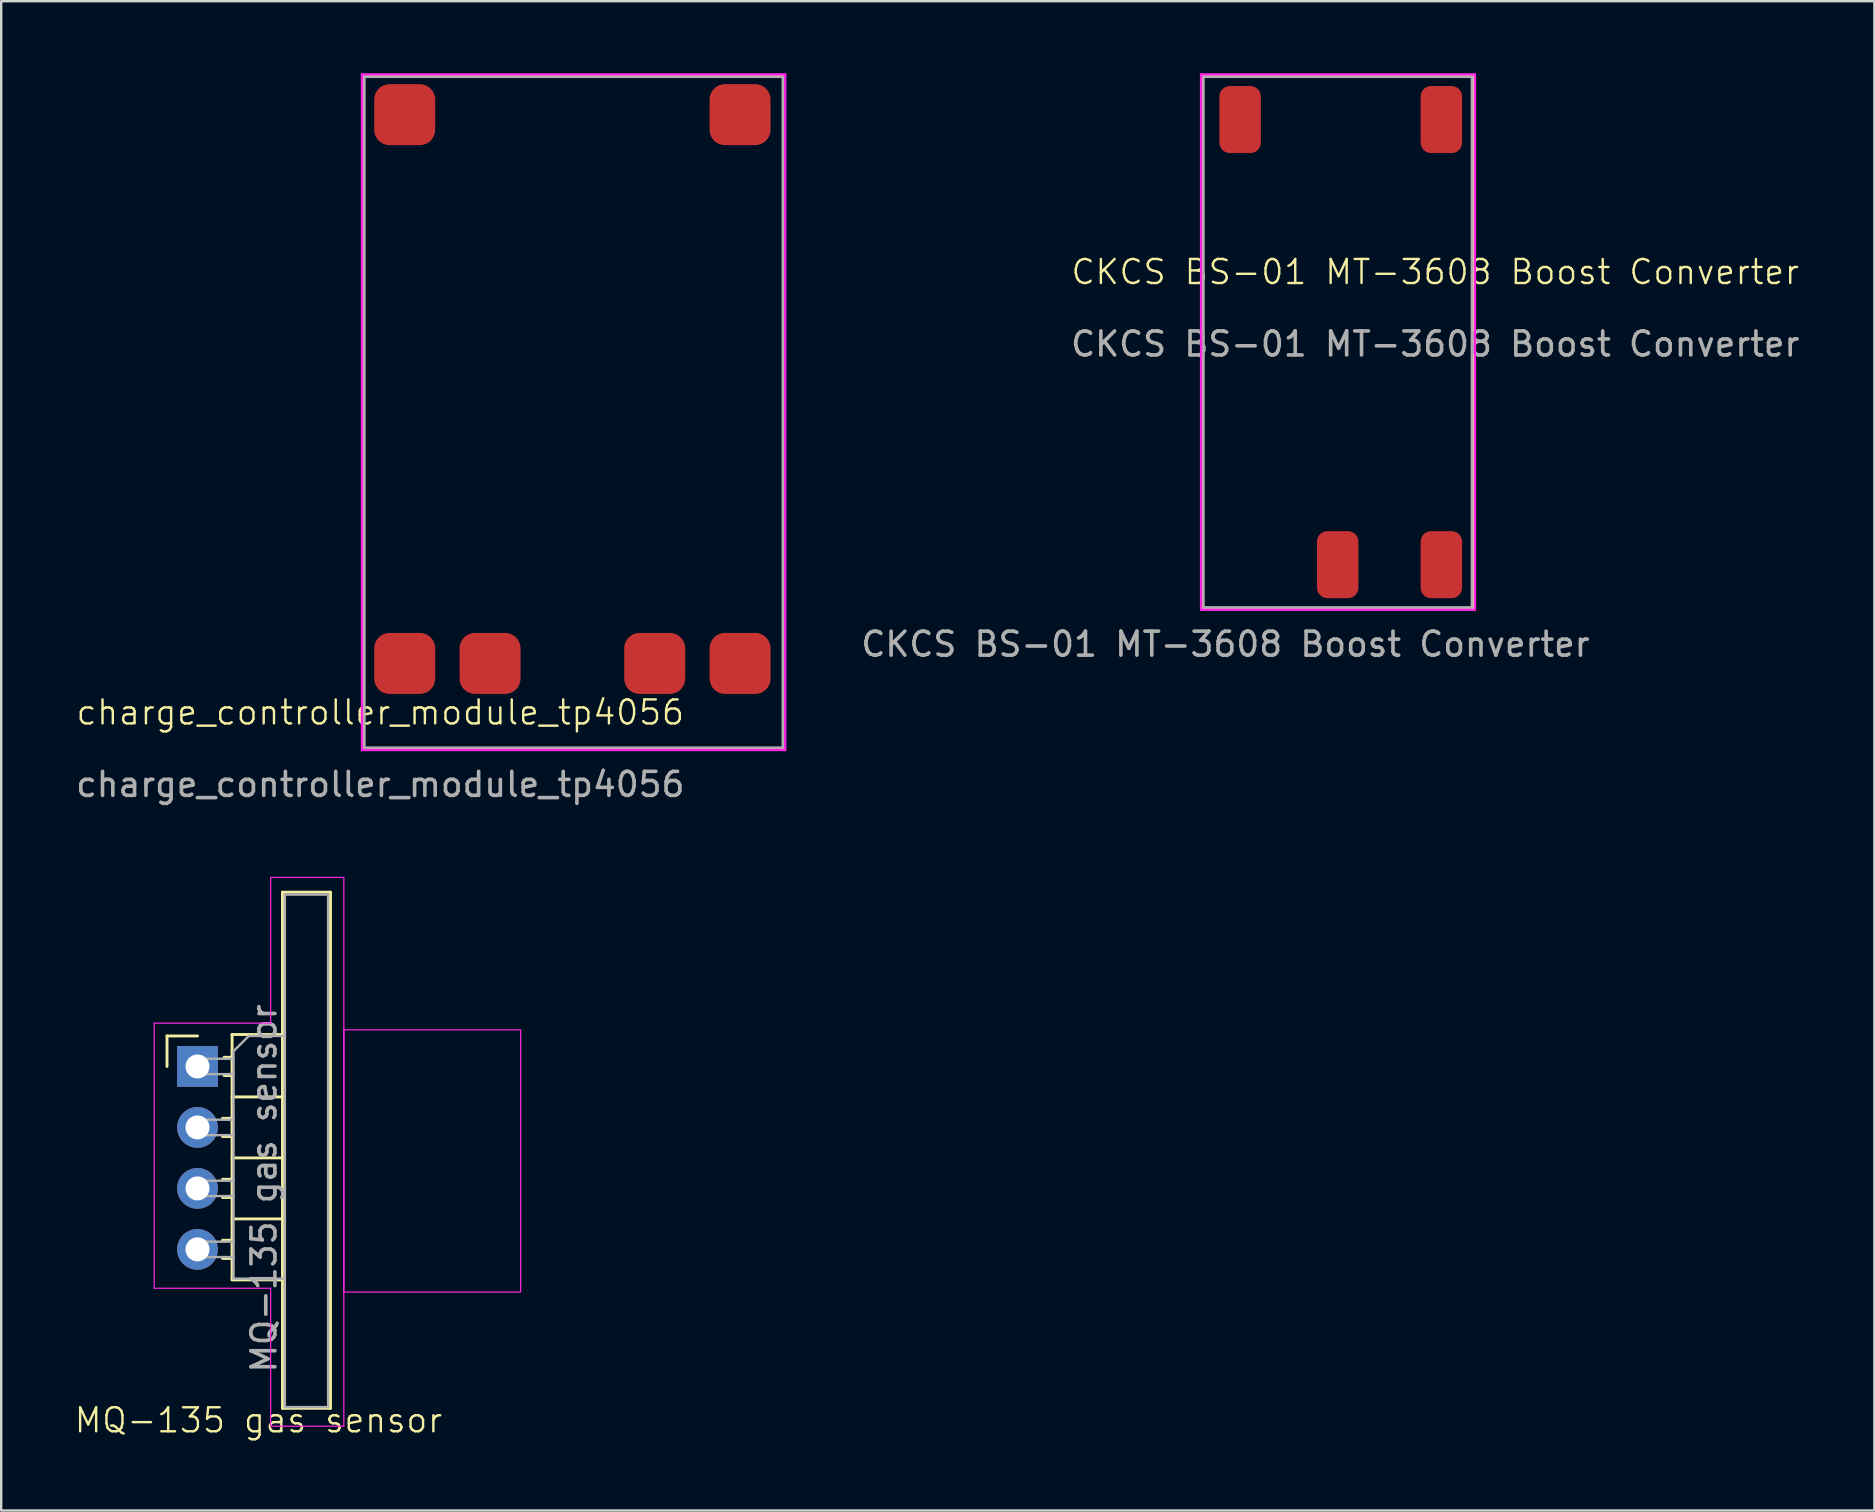
<source format=kicad_pcb>
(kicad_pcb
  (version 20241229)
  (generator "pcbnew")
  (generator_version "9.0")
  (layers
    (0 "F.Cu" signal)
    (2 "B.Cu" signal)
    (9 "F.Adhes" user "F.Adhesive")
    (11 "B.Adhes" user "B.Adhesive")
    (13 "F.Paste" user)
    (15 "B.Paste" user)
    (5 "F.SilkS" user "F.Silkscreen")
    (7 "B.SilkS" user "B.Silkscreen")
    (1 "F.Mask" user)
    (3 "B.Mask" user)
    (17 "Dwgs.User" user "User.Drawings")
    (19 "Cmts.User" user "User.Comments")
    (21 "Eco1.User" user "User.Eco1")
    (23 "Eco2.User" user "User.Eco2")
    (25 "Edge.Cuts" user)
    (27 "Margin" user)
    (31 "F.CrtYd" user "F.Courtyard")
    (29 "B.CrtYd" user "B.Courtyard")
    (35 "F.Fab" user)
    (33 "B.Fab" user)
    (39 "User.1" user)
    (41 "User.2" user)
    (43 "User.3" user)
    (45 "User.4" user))
  (footprint "charge_controller_module_tp4056"
    (layer "F.Cu")
    (at 12.792 27.126)
    (property "Reference" "charge_controller_module_tp4056" (at 0 -0.5 0) (unlocked yes) (layer "F.SilkS") (effects (font (size 1 1) (thickness 0.1))))
    (attr smd)
    (fp_line (start -0.711 -27.026) (end 16.815 -27.026) (stroke (width 0.1) (type default)) (layer "F.SilkS"))
    (fp_line (start -0.711 1.016) (end -0.711 -27.026) (stroke (width 0.1) (type default)) (layer "F.SilkS"))
    (fp_line (start 16.814 -27.026) (end 16.814 0) (stroke (width 0.1) (type default)) (layer "F.SilkS"))
    (fp_line (start 16.815 1.016) (end -0.711 1.016) (stroke (width 0.1) (type default)) (layer "F.SilkS"))
    (fp_line (start 16.815 1.016) (end 16.815 0) (stroke (width 0.1) (type default)) (layer "F.SilkS"))
    (fp_line (start -0.762 -27.076) (end 16.866 -27.076) (stroke (width 0.1) (type default)) (layer "F.CrtYd"))
    (fp_line (start -0.762 1.067) (end -0.762 -27.076) (stroke (width 0.1) (type default)) (layer "F.CrtYd"))
    (fp_line (start 16.866 -27.076) (end 16.866 1.067) (stroke (width 0.1) (type default)) (layer "F.CrtYd"))
    (fp_line (start 16.866 1.067) (end -0.762 1.067) (stroke (width 0.1) (type default)) (layer "F.CrtYd"))
    (fp_line (start -0.66 -26.975) (end -0.66 0.965) (stroke (width 0.1) (type default)) (layer "F.Fab"))
    (fp_line (start -0.66 0.965) (end 16.764 0.965) (stroke (width 0.1) (type default)) (layer "F.Fab"))
    (fp_line (start 16.764 -26.975) (end -0.66 -26.975) (stroke (width 0.1) (type default)) (layer "F.Fab"))
    (fp_line (start 16.764 0.965) (end 16.764 -26.975) (stroke (width 0.1) (type default)) (layer "F.Fab"))
    (fp_text user "${REFERENCE}" (at 0 2.5 0) (unlocked yes) (layer "F.Fab") (effects (font (size 1 1) (thickness 0.15))))
    (pad "1" smd roundrect (at 14.986 -25.4) (size 2.54 2.54) (layers "F.Cu" "F.Mask" "F.Paste") (roundrect_rratio 0.25))
    (pad "2" smd roundrect (at 1.016 -25.4) (size 2.54 2.54) (layers "F.Cu" "F.Mask" "F.Paste") (roundrect_rratio 0.25))
    (pad "3" smd roundrect (at 14.986 -2.54) (size 2.54 2.54) (layers "F.Cu" "F.Mask" "F.Paste") (roundrect_rratio 0.25))
    (pad "4" smd roundrect (at 11.43 -2.54) (size 2.54 2.54) (layers "F.Cu" "F.Mask" "F.Paste") (roundrect_rratio 0.25))
    (pad "5" smd roundrect (at 4.572 -2.54) (size 2.54 2.54) (layers "F.Cu" "F.Mask" "F.Paste") (roundrect_rratio 0.25))
    (pad "6" smd roundrect (at 1.016 -2.54) (size 2.54 2.54) (layers "F.Cu" "F.Mask" "F.Paste") (roundrect_rratio 0.25)))
  (footprint "MQ-135 gas sensor"
    (layer "F.Cu")
    (at 7.717 56.614)
    (property "Reference" "MQ-135 gas sensor" (at 0 -0.5 0) (unlocked yes) (layer "F.SilkS") (effects (font (size 1 1) (thickness 0.1))))
    (attr through_hole)
    (fp_line (start -3.81 -16.51) (end -2.54 -16.51) (stroke (width 0.12) (type solid)) (layer "F.SilkS"))
    (fp_line (start -3.81 -15.24) (end -3.81 -16.51) (stroke (width 0.12) (type solid)) (layer "F.SilkS"))
    (fp_line (start -1.497 -13.08) (end -1.1 -13.08) (stroke (width 0.12) (type solid)) (layer "F.SilkS"))
    (fp_line (start -1.497 -12.32) (end -1.1 -12.32) (stroke (width 0.12) (type solid)) (layer "F.SilkS"))
    (fp_line (start -1.497 -10.54) (end -1.1 -10.54) (stroke (width 0.12) (type solid)) (layer "F.SilkS"))
    (fp_line (start -1.497 -9.78) (end -1.1 -9.78) (stroke (width 0.12) (type solid)) (layer "F.SilkS"))
    (fp_line (start -1.497 -8) (end -1.1 -8) (stroke (width 0.12) (type solid)) (layer "F.SilkS"))
    (fp_line (start -1.497 -7.24) (end -1.1 -7.24) (stroke (width 0.12) (type solid)) (layer "F.SilkS"))
    (fp_line (start -1.43 -15.62) (end -1.1 -15.62) (stroke (width 0.12) (type solid)) (layer "F.SilkS"))
    (fp_line (start -1.43 -14.86) (end -1.1 -14.86) (stroke (width 0.12) (type solid)) (layer "F.SilkS"))
    (fp_line (start -1.1 -16.57) (end -1.1 -6.35) (stroke (width 0.12) (type solid)) (layer "F.SilkS"))
    (fp_line (start -1.1 -13.97) (end 1 -13.97) (stroke (width 0.12) (type solid)) (layer "F.SilkS"))
    (fp_line (start -1.1 -11.43) (end 1 -11.43) (stroke (width 0.12) (type solid)) (layer "F.SilkS"))
    (fp_line (start -1.1 -8.89) (end 1 -8.89) (stroke (width 0.12) (type solid)) (layer "F.SilkS"))
    (fp_line (start -1.1 -6.35) (end 1 -6.35) (stroke (width 0.12) (type solid)) (layer "F.SilkS"))
    (fp_line (start 1 -22.5) (end 1 -1) (stroke (width 0.12) (type solid)) (layer "F.SilkS"))
    (fp_line (start 1 -16.57) (end -1.1 -16.57) (stroke (width 0.12) (type solid)) (layer "F.SilkS"))
    (fp_line (start 3 -22.5) (end 1 -22.5) (stroke (width 0.12) (type default)) (layer "F.SilkS"))
    (fp_line (start 3 -22.5) (end 3 -1) (stroke (width 0.12) (type solid)) (layer "F.SilkS"))
    (fp_line (start 3 -1) (end 1 -1) (stroke (width 0.12) (type solid)) (layer "F.SilkS"))
    (fp_line (start -4.343 -17.043) (end -4.343 -6) (stroke (width 0.05) (type solid)) (layer "F.CrtYd"))
    (fp_line (start -4.343 -6) (end 0.508 -6) (stroke (width 0.05) (type solid)) (layer "F.CrtYd"))
    (fp_line (start 0.508 -23.114) (end 3.556 -23.114) (stroke (width 0.05) (type default)) (layer "F.CrtYd"))
    (fp_line (start 0.508 -17.043) (end -4.343 -17.043) (stroke (width 0.05) (type solid)) (layer "F.CrtYd"))
    (fp_line (start 0.508 -17.043) (end 0.508 -23.114) (stroke (width 0.05) (type default)) (layer "F.CrtYd"))
    (fp_line (start 0.508 -0.254) (end 0.508 -6) (stroke (width 0.05) (type default)) (layer "F.CrtYd"))
    (fp_line (start 3.556 -23.114) (end 3.556 -0.254) (stroke (width 0.05) (type default)) (layer "F.CrtYd"))
    (fp_line (start 3.556 -0.254) (end 0.508 -0.254) (stroke (width 0.05) (type default)) (layer "F.CrtYd"))
    (fp_rect (start 3.556 -16.764) (end 10.922 -5.842) (stroke (width 0.05) (type default)) (fill no) (layer "F.CrtYd"))
    (fp_line (start -2.86 -15.56) (end -2.86 -14.92) (stroke (width 0.1) (type solid)) (layer "F.Fab"))
    (fp_line (start -2.86 -15.56) (end -1.04 -15.56) (stroke (width 0.1) (type solid)) (layer "F.Fab"))
    (fp_line (start -2.86 -14.92) (end -1.04 -14.92) (stroke (width 0.1) (type solid)) (layer "F.Fab"))
    (fp_line (start -2.86 -13.02) (end -2.86 -12.38) (stroke (width 0.1) (type solid)) (layer "F.Fab"))
    (fp_line (start -2.86 -13.02) (end -1.04 -13.02) (stroke (width 0.1) (type solid)) (layer "F.Fab"))
    (fp_line (start -2.86 -12.38) (end -1.04 -12.38) (stroke (width 0.1) (type solid)) (layer "F.Fab"))
    (fp_line (start -2.86 -10.48) (end -2.86 -9.84) (stroke (width 0.1) (type solid)) (layer "F.Fab"))
    (fp_line (start -2.86 -10.48) (end -1.04 -10.48) (stroke (width 0.1) (type solid)) (layer "F.Fab"))
    (fp_line (start -2.86 -9.84) (end -1.04 -9.84) (stroke (width 0.1) (type solid)) (layer "F.Fab"))
    (fp_line (start -2.86 -7.94) (end -2.86 -7.3) (stroke (width 0.1) (type solid)) (layer "F.Fab"))
    (fp_line (start -2.86 -7.94) (end -1.04 -7.94) (stroke (width 0.1) (type solid)) (layer "F.Fab"))
    (fp_line (start -2.86 -7.3) (end -1.04 -7.3) (stroke (width 0.1) (type solid)) (layer "F.Fab"))
    (fp_line (start -1.04 -15.875) (end -0.405 -16.51) (stroke (width 0.1) (type solid)) (layer "F.Fab"))
    (fp_line (start -1.04 -6.4) (end -1.04 -15.875) (stroke (width 0.1) (type solid)) (layer "F.Fab"))
    (fp_line (start -1.04 -6.4) (end 1.1 -6.4) (stroke (width 0.1) (type solid)) (layer "F.Fab"))
    (fp_line (start -0.405 -16.51) (end 1.1 -16.51) (stroke (width 0.1) (type solid)) (layer "F.Fab"))
    (fp_line (start 1.1 -22.4) (end 1.1 -1.05) (stroke (width 0.1) (type solid)) (layer "F.Fab"))
    (fp_line (start 1.1 -22.399) (end 2.9 -22.4) (stroke (width 0.1) (type solid)) (layer "F.Fab"))
    (fp_line (start 1.1 -1.05) (end 2.9 -1.051) (stroke (width 0.1) (type solid)) (layer "F.Fab"))
    (fp_line (start 2.9 -22.4) (end 2.9 -1.051) (stroke (width 0.1) (type solid)) (layer "F.Fab"))
    (fp_text user "gas sensor" (at 7.62 -7.112 90) (unlocked yes) (layer "Margin") (effects (font (size 1 1) (thickness 0.1)) (justify left bottom)))
    (fp_text user "${REFERENCE}" (at 0.23 -10.16 90) (layer "F.Fab") (effects (font (size 1 1) (thickness 0.15))))
    (pad "1" thru_hole rect (at -2.54 -15.24) (size 1.7 1.7) (drill 1) (layers "*.Cu" "*.Mask"))
    (pad "2" thru_hole oval (at -2.54 -12.7) (size 1.7 1.7) (drill 1) (layers "*.Cu" "*.Mask"))
    (pad "3" thru_hole oval (at -2.54 -10.16) (size 1.7 1.7) (drill 1) (layers "*.Cu" "*.Mask"))
    (pad "4" thru_hole oval (at -2.54 -7.62) (size 1.7 1.7) (drill 1) (layers "*.Cu" "*.Mask")))
  (footprint "CKCS BS-01 MT-3608 Boost Converter"
    (layer "F.Cu")
    (at 47.339 22.25)
    (property "Reference" "CKCS BS-01 MT-3608 Boost Converter" (at 9.398 -13.97 0) (unlocked yes) (layer "F.SilkS") (effects (font (size 1 1) (thickness 0.1))))
    (attr smd)
    (fp_line (start -0.305 -22.149) (end 10.973 -22.149) (stroke (width 0.1) (type default)) (layer "F.SilkS"))
    (fp_line (start -0.304 0.051) (end -0.304 -22.149) (stroke (width 0.1) (type default)) (layer "F.SilkS"))
    (fp_line (start 10.972 -22.149) (end 10.972 -0.965) (stroke (width 0.1) (type default)) (layer "F.SilkS"))
    (fp_line (start 10.973 0.051) (end -0.305 0.051) (stroke (width 0.1) (type default)) (layer "F.SilkS"))
    (fp_line (start 10.973 0.051) (end 10.973 -1.041) (stroke (width 0.1) (type default)) (layer "F.SilkS"))
    (fp_line (start -0.356 -22.2) (end 11.049 -22.2) (stroke (width 0.1) (type default)) (layer "F.CrtYd"))
    (fp_line (start -0.356 0.102) (end -0.356 -22.2) (stroke (width 0.1) (type default)) (layer "F.CrtYd"))
    (fp_line (start 11.049 -22.2) (end 11.049 0.102) (stroke (width 0.1) (type default)) (layer "F.CrtYd"))
    (fp_line (start 11.049 0.102) (end -0.356 0.102) (stroke (width 0.1) (type default)) (layer "F.CrtYd"))
    (fp_line (start -0.254 -22.098) (end -0.254 0) (stroke (width 0.1) (type default)) (layer "F.Fab"))
    (fp_line (start -0.229 0) (end 10.922 0) (stroke (width 0.1) (type default)) (layer "F.Fab"))
    (fp_line (start 10.922 -22.098) (end -0.254 -22.098) (stroke (width 0.1) (type default)) (layer "F.Fab"))
    (fp_line (start 10.922 0) (end 10.922 -22.098) (stroke (width 0.1) (type default)) (layer "F.Fab"))
    (fp_text user "${REFERENCE}" (at 9.398 -10.97 0) (unlocked yes) (layer "F.Fab") (effects (font (size 1 1) (thickness 0.15))))
    (fp_text user "${REFERENCE}" (at 0.66 1.535 0) (unlocked yes) (layer "F.Fab") (effects (font (size 1 1) (thickness 0.15))))
    (pad "1" smd roundrect (at 9.652 -1.778) (size 1.727 2.794) (layers "F.Cu" "F.Mask" "F.Paste") (roundrect_rratio 0.25))
    (pad "2" smd roundrect (at 5.334 -1.778) (size 1.727 2.794) (layers "F.Cu" "F.Mask" "F.Paste") (roundrect_rratio 0.25))
    (pad "3" smd roundrect (at 1.27 -20.32) (size 1.727 2.794) (layers "F.Cu" "F.Mask" "F.Paste") (roundrect_rratio 0.25))
    (pad "4" smd roundrect (at 9.652 -20.32) (size 1.727 2.794) (layers "F.Cu" "F.Mask" "F.Paste") (roundrect_rratio 0.25)))
  (gr_rect
    (start -3 -3)
    (end 75.029 59.874)
    (stroke (width 0.1) (type default))
    (fill no)
    (layer "Edge.Cuts")))
</source>
